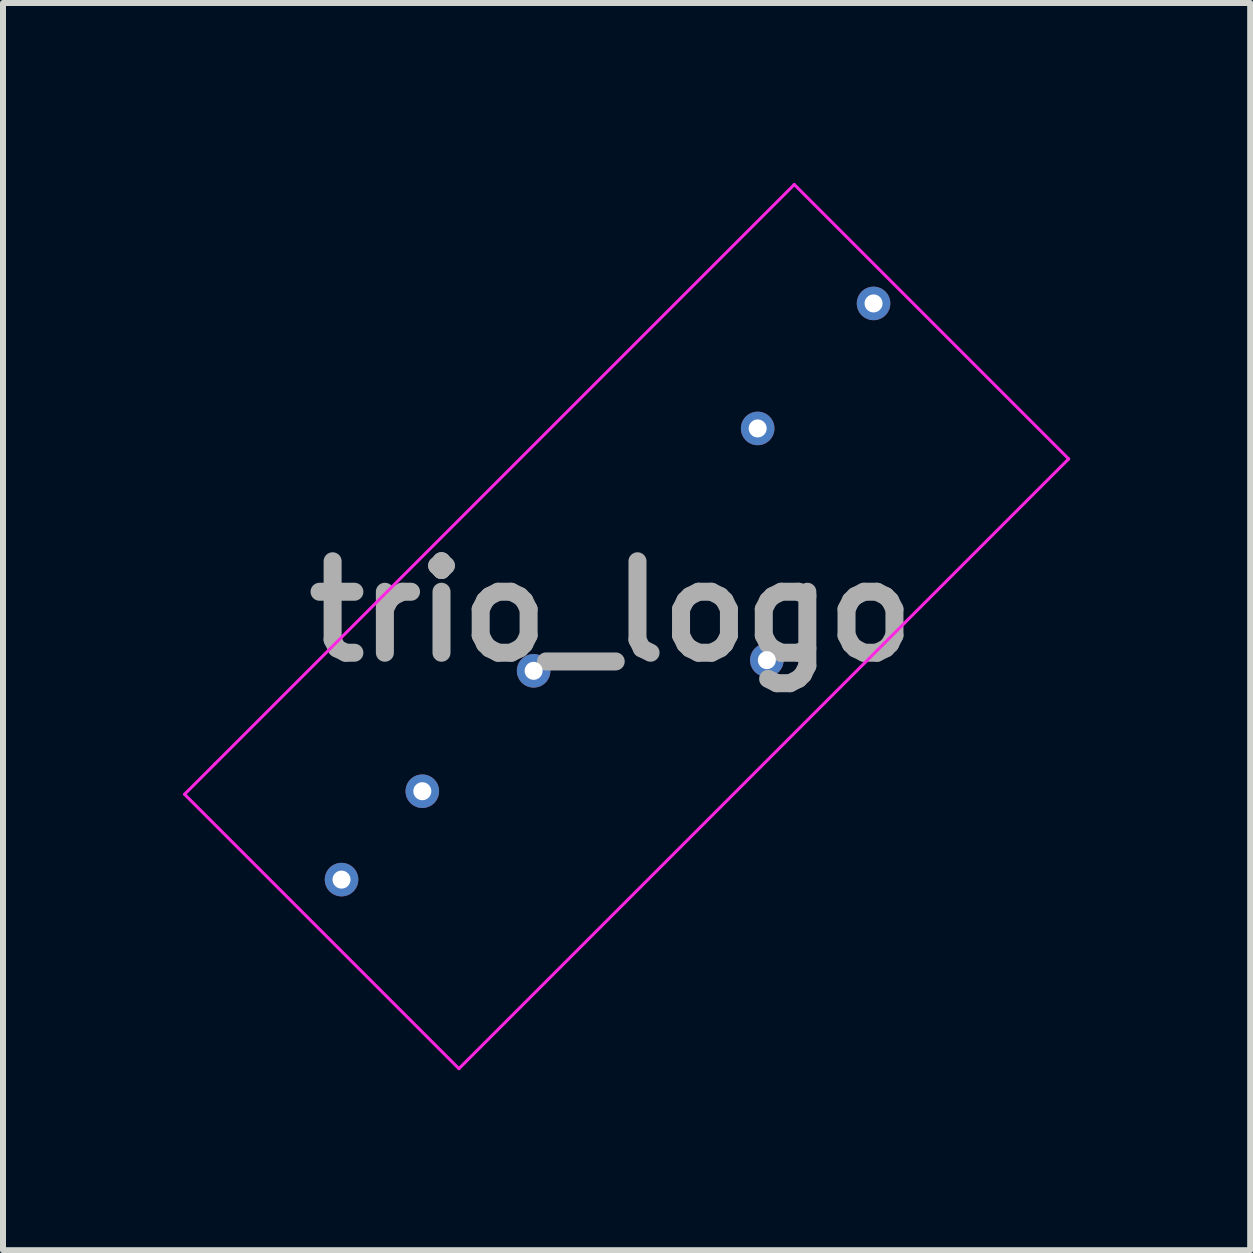
<source format=kicad_pcb>
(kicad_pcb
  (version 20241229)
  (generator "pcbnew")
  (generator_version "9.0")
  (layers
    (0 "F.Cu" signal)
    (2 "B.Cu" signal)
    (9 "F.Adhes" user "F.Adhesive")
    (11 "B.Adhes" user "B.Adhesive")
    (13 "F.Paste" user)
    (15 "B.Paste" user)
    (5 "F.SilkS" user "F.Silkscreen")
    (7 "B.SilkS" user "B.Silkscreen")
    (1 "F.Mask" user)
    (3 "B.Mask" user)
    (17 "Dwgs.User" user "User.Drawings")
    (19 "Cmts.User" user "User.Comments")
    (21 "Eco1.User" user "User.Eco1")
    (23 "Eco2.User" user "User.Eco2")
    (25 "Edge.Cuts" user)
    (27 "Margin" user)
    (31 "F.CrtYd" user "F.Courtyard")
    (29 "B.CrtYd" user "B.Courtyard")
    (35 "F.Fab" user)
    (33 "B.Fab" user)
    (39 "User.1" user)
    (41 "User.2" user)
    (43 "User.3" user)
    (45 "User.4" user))
  (footprint "trio_logo"
    (layer "F.Cu")
    (at 7.137 7.137)
    (property "Reference" "trio_logo" (at 0 0 0) (layer "F.Fab") (effects (font (size 1.524 1.524) (thickness 0.3))))
    (attr board_only exclude_from_pos_files exclude_from_bom)
    (fp_poly (pts (xy 2.546 -2.521) (xy 2.577 -2.502) (xy 2.618 -2.47) (xy 2.671 -2.425) (xy 2.739 -2.366) (xy 2.809 -2.302) (xy 2.909 -2.21) (xy 2.991 -2.135) (xy 3.054 -2.075) (xy 3.099 -2.031) (xy 3.126 -2.003) (xy 3.135 -1.991) (xy 3.135 -1.99) (xy 3.122 -1.986) (xy 3.088 -1.98) (xy 3.04 -1.971) (xy 2.981 -1.961) (xy 2.963 -1.959) (xy 2.902 -1.949) (xy 2.851 -1.94) (xy 2.813 -1.933) (xy 2.794 -1.929) (xy 2.793 -1.928) (xy 2.795 -1.916) (xy 2.804 -1.883) (xy 2.818 -1.832) (xy 2.837 -1.766) (xy 2.86 -1.687) (xy 2.886 -1.6) (xy 2.897 -1.561) (xy 3.006 -1.197) (xy 3.137 -1.067) (xy 3.179 -1.026) (xy 3.236 -0.971) (xy 3.305 -0.906) (xy 3.38 -0.834) (xy 3.461 -0.758) (xy 3.541 -0.683) (xy 3.572 -0.654) (xy 3.644 -0.586) (xy 3.71 -0.524) (xy 3.768 -0.468) (xy 3.816 -0.422) (xy 3.851 -0.387) (xy 3.871 -0.366) (xy 3.876 -0.36) (xy 3.868 -0.349) (xy 3.844 -0.321) (xy 3.808 -0.28) (xy 3.76 -0.226) (xy 3.702 -0.163) (xy 3.637 -0.091) (xy 3.566 -0.013) (xy 3.546 0.008) (xy 3.433 0.131) (xy 3.335 0.237) (xy 3.252 0.328) (xy 3.183 0.405) (xy 3.126 0.469) (xy 3.079 0.522) (xy 3.042 0.566) (xy 3.014 0.6) (xy 2.993 0.628) (xy 2.982 0.645) (xy 2.965 0.672) (xy 2.955 0.698) (xy 2.95 0.731) (xy 2.947 0.778) (xy 2.947 0.809) (xy 2.944 0.871) (xy 2.939 0.915) (xy 2.929 0.95) (xy 2.917 0.976) (xy 2.868 1.048) (xy 2.803 1.109) (xy 2.75 1.143) (xy 2.695 1.162) (xy 2.627 1.173) (xy 2.558 1.175) (xy 2.496 1.167) (xy 2.477 1.161) (xy 2.396 1.119) (xy 2.327 1.059) (xy 2.274 0.987) (xy 2.243 0.912) (xy 2.233 0.833) (xy 2.234 0.826) (xy 2.42 0.826) (xy 2.431 0.884) (xy 2.453 0.927) (xy 2.497 0.97) (xy 2.551 0.994) (xy 2.609 1) (xy 2.665 0.985) (xy 2.689 0.971) (xy 2.738 0.922) (xy 2.766 0.867) (xy 2.774 0.811) (xy 2.763 0.757) (xy 2.735 0.71) (xy 2.69 0.673) (xy 2.629 0.652) (xy 2.606 0.648) (xy 2.545 0.654) (xy 2.494 0.679) (xy 2.454 0.719) (xy 2.429 0.769) (xy 2.42 0.826) (xy 2.234 0.826) (xy 2.241 0.75) (xy 2.266 0.67) (xy 2.305 0.6) (xy 2.356 0.546) (xy 2.408 0.508) (xy 2.454 0.484) (xy 2.502 0.47) (xy 2.562 0.464) (xy 2.598 0.463) (xy 2.65 0.462) (xy 2.693 0.461) (xy 2.721 0.46) (xy 2.726 0.46) (xy 2.742 0.451) (xy 2.771 0.429) (xy 2.807 0.398) (xy 2.824 0.381) (xy 2.853 0.352) (xy 2.893 0.31) (xy 2.943 0.257) (xy 2.999 0.196) (xy 3.06 0.128) (xy 3.123 0.058) (xy 3.187 -0.015) (xy 3.25 -0.085) (xy 3.308 -0.152) (xy 3.361 -0.213) (xy 3.406 -0.266) (xy 3.44 -0.307) (xy 3.463 -0.335) (xy 3.47 -0.348) (xy 3.47 -0.348) (xy 3.461 -0.358) (xy 3.436 -0.385) (xy 3.398 -0.425) (xy 3.348 -0.476) (xy 3.288 -0.538) (xy 3.221 -0.606) (xy 3.147 -0.68) (xy 3.142 -0.686) (xy 3.044 -0.785) (xy 2.963 -0.868) (xy 2.897 -0.937) (xy 2.845 -0.994) (xy 2.805 -1.039) (xy 2.776 -1.075) (xy 2.756 -1.102) (xy 2.745 -1.123) (xy 2.741 -1.139) (xy 2.741 -1.142) (xy 2.737 -1.16) (xy 2.727 -1.197) (xy 2.712 -1.251) (xy 2.693 -1.316) (xy 2.67 -1.39) (xy 2.646 -1.469) (xy 2.621 -1.549) (xy 2.597 -1.626) (xy 2.575 -1.696) (xy 2.555 -1.756) (xy 2.54 -1.798) (xy 2.524 -1.841) (xy 2.512 -1.865) (xy 2.498 -1.877) (xy 2.476 -1.881) (xy 2.462 -1.882) (xy 2.424 -1.881) (xy 2.374 -1.873) (xy 2.326 -1.862) (xy 2.27 -1.848) (xy 2.233 -1.845) (xy 2.217 -1.849) (xy 2.2 -1.869) (xy 2.196 -1.895) (xy 2.206 -1.915) (xy 2.208 -1.916) (xy 2.219 -1.934) (xy 2.22 -1.942) (xy 2.225 -1.957) (xy 2.239 -1.991) (xy 2.26 -2.04) (xy 2.287 -2.099) (xy 2.317 -2.166) (xy 2.349 -2.235) (xy 2.381 -2.305) (xy 2.412 -2.369) (xy 2.439 -2.425) (xy 2.461 -2.47) (xy 2.475 -2.498) (xy 2.478 -2.502) (xy 2.491 -2.519) (xy 2.505 -2.528) (xy 2.522 -2.53)) (stroke (width 0) (type solid)) (fill yes) (layer "F.Mask"))
    (fp_poly (pts (xy 4.457 -5.463) (xy 4.537 -5.431) (xy 4.606 -5.383) (xy 4.661 -5.32) (xy 4.7 -5.247) (xy 4.721 -5.166) (xy 4.723 -5.081) (xy 4.702 -4.994) (xy 4.684 -4.954) (xy 4.644 -4.89) (xy 4.594 -4.841) (xy 4.527 -4.798) (xy 4.517 -4.794) (xy 4.479 -4.776) (xy 4.444 -4.767) (xy 4.403 -4.763) (xy 4.353 -4.764) (xy 4.292 -4.763) (xy 4.253 -4.758) (xy 4.234 -4.749) (xy 4.221 -4.736) (xy 4.193 -4.706) (xy 4.152 -4.663) (xy 4.1 -4.606) (xy 4.038 -4.54) (xy 3.969 -4.465) (xy 3.894 -4.383) (xy 3.816 -4.298) (xy 3.735 -4.209) (xy 3.654 -4.121) (xy 3.575 -4.034) (xy 3.499 -3.95) (xy 3.428 -3.872) (xy 3.365 -3.802) (xy 3.31 -3.741) (xy 3.281 -3.709) (xy 3.176 -3.591) (xy 3.087 -3.489) (xy 3.012 -3.401) (xy 2.951 -3.327) (xy 2.901 -3.264) (xy 2.863 -3.21) (xy 2.834 -3.164) (xy 2.813 -3.125) (xy 2.8 -3.089) (xy 2.793 -3.057) (xy 2.79 -3.026) (xy 2.79 -3.021) (xy 2.778 -2.942) (xy 2.745 -2.867) (xy 2.693 -2.799) (xy 2.626 -2.743) (xy 2.575 -2.715) (xy 2.542 -2.703) (xy 2.51 -2.695) (xy 2.471 -2.692) (xy 2.418 -2.692) (xy 2.389 -2.693) (xy 2.265 -2.698) (xy 0.655 -0.957) (xy -0.954 0.783) (xy -0.945 0.841) (xy -0.937 0.926) (xy -0.937 1.007) (xy -0.946 1.078) (xy -0.962 1.132) (xy -0.965 1.138) (xy -1.014 1.209) (xy -1.079 1.27) (xy -1.132 1.304) (xy -1.187 1.323) (xy -1.254 1.334) (xy -1.324 1.336) (xy -1.386 1.328) (xy -1.405 1.322) (xy -1.486 1.28) (xy -1.556 1.22) (xy -1.61 1.148) (xy -1.637 1.087) (xy -1.647 1.029) (xy -1.647 1) (xy -1.472 1) (xy -1.455 1.063) (xy -1.42 1.113) (xy -1.372 1.147) (xy -1.315 1.163) (xy -1.254 1.158) (xy -1.22 1.146) (xy -1.169 1.109) (xy -1.135 1.061) (xy -1.121 1.005) (xy -1.125 0.947) (xy -1.147 0.891) (xy -1.19 0.844) (xy -1.203 0.834) (xy -1.257 0.81) (xy -1.314 0.807) (xy -1.368 0.823) (xy -1.415 0.855) (xy -1.451 0.899) (xy -1.47 0.953) (xy -1.472 1) (xy -1.647 1) (xy -1.647 0.961) (xy -1.637 0.891) (xy -1.619 0.832) (xy -1.614 0.822) (xy -1.561 0.743) (xy -1.491 0.682) (xy -1.409 0.642) (xy -1.316 0.623) (xy -1.315 0.623) (xy -1.268 0.617) (xy -1.226 0.607) (xy -1.203 0.598) (xy -1.183 0.585) (xy -1.16 0.567) (xy -1.132 0.544) (xy -1.099 0.514) (xy -1.061 0.478) (xy -1.016 0.435) (xy -0.964 0.383) (xy -0.904 0.322) (xy -0.835 0.251) (xy -0.758 0.17) (xy -0.67 0.078) (xy -0.572 -0.026) (xy -0.462 -0.143) (xy -0.34 -0.273) (xy -0.206 -0.418) (xy -0.058 -0.577) (xy 0.105 -0.752) (xy 0.282 -0.943) (xy 0.474 -1.152) (xy 0.607 -1.296) (xy 0.701 -1.397) (xy 0.79 -1.493) (xy 0.872 -1.582) (xy 0.947 -1.663) (xy 1.012 -1.733) (xy 1.067 -1.791) (xy 1.11 -1.837) (xy 1.139 -1.867) (xy 1.153 -1.882) (xy 1.154 -1.883) (xy 1.167 -1.894) (xy 1.193 -1.921) (xy 1.233 -1.963) (xy 1.282 -2.017) (xy 1.34 -2.082) (xy 1.405 -2.154) (xy 1.474 -2.231) (xy 1.546 -2.313) (xy 1.619 -2.395) (xy 1.691 -2.477) (xy 1.76 -2.556) (xy 1.824 -2.63) (xy 1.881 -2.696) (xy 1.929 -2.753) (xy 1.966 -2.798) (xy 1.99 -2.828) (xy 2.029 -2.879) (xy 2.053 -2.92) (xy 2.068 -2.956) (xy 2.075 -2.995) (xy 2.078 -3.044) (xy 2.078 -3.045) (xy 2.082 -3.078) (xy 2.263 -3.078) (xy 2.264 -3.016) (xy 2.268 -3.002) (xy 2.297 -2.945) (xy 2.343 -2.904) (xy 2.401 -2.881) (xy 2.435 -2.877) (xy 2.499 -2.886) (xy 2.537 -2.902) (xy 2.579 -2.942) (xy 2.607 -2.995) (xy 2.617 -3.051) (xy 2.606 -3.112) (xy 2.577 -3.162) (xy 2.533 -3.2) (xy 2.481 -3.222) (xy 2.424 -3.226) (xy 2.367 -3.211) (xy 2.329 -3.187) (xy 2.284 -3.136) (xy 2.263 -3.078) (xy 2.082 -3.078) (xy 2.09 -3.143) (xy 2.123 -3.228) (xy 2.176 -3.297) (xy 2.248 -3.352) (xy 2.337 -3.389) (xy 2.4 -3.404) (xy 2.449 -3.415) (xy 2.493 -3.427) (xy 2.522 -3.439) (xy 2.523 -3.44) (xy 2.559 -3.467) (xy 2.61 -3.512) (xy 2.676 -3.575) (xy 2.759 -3.656) (xy 2.858 -3.755) (xy 2.972 -3.873) (xy 3.103 -4.008) (xy 3.249 -4.162) (xy 3.412 -4.335) (xy 3.591 -4.526) (xy 3.768 -4.716) (xy 4.019 -4.985) (xy 4.011 -5.07) (xy 4.012 -5.142) (xy 4.194 -5.142) (xy 4.199 -5.085) (xy 4.222 -5.034) (xy 4.259 -4.993) (xy 4.306 -4.964) (xy 4.361 -4.951) (xy 4.419 -4.958) (xy 4.453 -4.971) (xy 4.505 -5.011) (xy 4.538 -5.062) (xy 4.551 -5.118) (xy 4.544 -5.175) (xy 4.519 -5.228) (xy 4.473 -5.273) (xy 4.452 -5.286) (xy 4.395 -5.304) (xy 4.335 -5.301) (xy 4.28 -5.278) (xy 4.234 -5.238) (xy 4.211 -5.201) (xy 4.194 -5.142) (xy 4.012 -5.142) (xy 4.013 -5.168) (xy 4.035 -5.256) (xy 4.077 -5.332) (xy 4.136 -5.395) (xy 4.209 -5.441) (xy 4.295 -5.467) (xy 4.366 -5.474)) (stroke (width 0) (type solid)) (fill yes) (layer "F.Mask"))
    (fp_poly (pts (xy -3.438 0.783) (xy -3.409 0.805) (xy -3.37 0.837) (xy -3.325 0.877) (xy -3.323 0.879) (xy -3.241 0.951) (xy -3.165 1.011) (xy -3.097 1.057) (xy -3.041 1.087) (xy -3.006 1.099) (xy -2.962 1.1) (xy -2.926 1.089) (xy -2.905 1.069) (xy -2.902 1.055) (xy -2.894 1.013) (xy -2.872 0.978) (xy -2.842 0.959) (xy -2.81 0.955) (xy -2.756 0.954) (xy -2.684 0.956) (xy -2.598 0.96) (xy -2.5 0.966) (xy -2.395 0.974) (xy -2.285 0.984) (xy -2.173 0.995) (xy -2.064 1.007) (xy -1.978 1.018) (xy -1.914 1.027) (xy -1.87 1.034) (xy -1.844 1.041) (xy -1.829 1.05) (xy -1.824 1.061) (xy -1.823 1.072) (xy -1.826 1.084) (xy -1.837 1.097) (xy -1.86 1.113) (xy -1.896 1.133) (xy -1.95 1.16) (xy -2.006 1.188) (xy -2.121 1.242) (xy -2.234 1.295) (xy -2.343 1.344) (xy -2.446 1.389) (xy -2.54 1.428) (xy -2.622 1.462) (xy -2.69 1.487) (xy -2.741 1.505) (xy -2.774 1.513) (xy -2.779 1.513) (xy -2.802 1.508) (xy -2.82 1.489) (xy -2.835 1.453) (xy -2.846 1.409) (xy -2.854 1.373) (xy -2.962 1.383) (xy -3.051 1.391) (xy -3.121 1.391) (xy -3.178 1.384) (xy -3.228 1.368) (xy -3.276 1.34) (xy -3.328 1.299) (xy -3.372 1.259) (xy -3.411 1.225) (xy -3.444 1.197) (xy -3.465 1.181) (xy -3.471 1.178) (xy -3.482 1.187) (xy -3.507 1.212) (xy -3.544 1.25) (xy -3.591 1.3) (xy -3.646 1.358) (xy -3.707 1.422) (xy -3.77 1.49) (xy -3.834 1.56) (xy -3.898 1.629) (xy -3.957 1.694) (xy -4.011 1.753) (xy -4.057 1.804) (xy -4.092 1.845) (xy -4.115 1.872) (xy -4.124 1.884) (xy -4.124 1.884) (xy -4.115 1.894) (xy -4.09 1.919) (xy -4.052 1.957) (xy -4.002 2.004) (xy -3.944 2.059) (xy -3.879 2.12) (xy -3.811 2.184) (xy -3.74 2.249) (xy -3.67 2.314) (xy -3.603 2.375) (xy -3.542 2.43) (xy -3.489 2.477) (xy -3.439 2.519) (xy -3.386 2.56) (xy -3.339 2.593) (xy -3.328 2.599) (xy -3.287 2.623) (xy -3.256 2.636) (xy -3.224 2.64) (xy -3.18 2.639) (xy -3.175 2.638) (xy -3.124 2.633) (xy -3.081 2.622) (xy -3.041 2.602) (xy -2.997 2.572) (xy -2.945 2.527) (xy -2.912 2.495) (xy -2.88 2.464) (xy -2.836 2.419) (xy -2.783 2.365) (xy -2.723 2.302) (xy -2.659 2.234) (xy -2.591 2.162) (xy -2.523 2.089) (xy -2.456 2.018) (xy -2.393 1.949) (xy -2.336 1.887) (xy -2.287 1.833) (xy -2.248 1.789) (xy -2.221 1.758) (xy -2.208 1.742) (xy -2.208 1.74) (xy -2.216 1.727) (xy -2.238 1.702) (xy -2.27 1.668) (xy -2.288 1.65) (xy -2.324 1.613) (xy -2.351 1.581) (xy -2.367 1.559) (xy -2.369 1.554) (xy -2.357 1.538) (xy -2.324 1.518) (xy -2.271 1.496) (xy -2.202 1.471) (xy -2.12 1.446) (xy -2.027 1.421) (xy -1.925 1.396) (xy -1.831 1.376) (xy -1.747 1.361) (xy -1.684 1.353) (xy -1.64 1.353) (xy -1.614 1.361) (xy -1.603 1.373) (xy -1.603 1.393) (xy -1.606 1.432) (xy -1.614 1.483) (xy -1.623 1.533) (xy -1.635 1.588) (xy -1.65 1.654) (xy -1.666 1.728) (xy -1.684 1.805) (xy -1.702 1.882) (xy -1.72 1.955) (xy -1.736 2.02) (xy -1.749 2.073) (xy -1.759 2.111) (xy -1.765 2.128) (xy -1.765 2.129) (xy -1.776 2.123) (xy -1.8 2.103) (xy -1.835 2.073) (xy -1.87 2.041) (xy -1.911 2.003) (xy -1.947 1.972) (xy -1.972 1.953) (xy -1.982 1.947) (xy -1.993 1.956) (xy -2.018 1.982) (xy -2.056 2.022) (xy -2.104 2.074) (xy -2.161 2.137) (xy -2.225 2.208) (xy -2.294 2.285) (xy -2.367 2.366) (xy -2.44 2.449) (xy -2.513 2.532) (xy -2.583 2.612) (xy -2.633 2.671) (xy -2.676 2.724) (xy -2.717 2.779) (xy -2.75 2.83) (xy -2.768 2.861) (xy -2.788 2.906) (xy -2.799 2.941) (xy -2.8 2.972) (xy -2.797 2.995) (xy -2.783 3.045) (xy -2.752 3.104) (xy -2.704 3.172) (xy -2.637 3.253) (xy -2.633 3.259) (xy -2.615 3.276) (xy -2.582 3.308) (xy -2.535 3.354) (xy -2.475 3.411) (xy -2.404 3.478) (xy -2.324 3.554) (xy -2.237 3.636) (xy -2.143 3.724) (xy -2.045 3.816) (xy -1.944 3.91) (xy -1.842 4.005) (xy -1.741 4.099) (xy -1.642 4.191) (xy -1.547 4.279) (xy -1.458 4.362) (xy -1.376 4.437) (xy -1.303 4.505) (xy -1.24 4.562) (xy -1.19 4.607) (xy -1.153 4.64) (xy -1.132 4.658) (xy -1.128 4.661) (xy -1.119 4.652) (xy -1.095 4.626) (xy -1.055 4.585) (xy -1.002 4.528) (xy -0.936 4.458) (xy -0.859 4.376) (xy -0.771 4.282) (xy -0.674 4.178) (xy -0.569 4.064) (xy -0.456 3.943) (xy -0.337 3.815) (xy -0.213 3.682) (xy -0.085 3.544) (xy 0.047 3.402) (xy 0.18 3.259) (xy 0.314 3.114) (xy 0.448 2.969) (xy 0.581 2.826) (xy 0.712 2.685) (xy 0.839 2.548) (xy 0.962 2.415) (xy 1.079 2.288) (xy 1.19 2.167) (xy 1.293 2.055) (xy 1.388 1.953) (xy 1.473 1.86) (xy 1.548 1.779) (xy 1.61 1.711) (xy 1.66 1.657) (xy 1.695 1.617) (xy 1.716 1.594) (xy 1.721 1.587) (xy 1.714 1.576) (xy 1.693 1.551) (xy 1.66 1.519) (xy 1.638 1.497) (xy 1.6 1.461) (xy 1.571 1.431) (xy 1.553 1.41) (xy 1.55 1.404) (xy 1.56 1.393) (xy 1.59 1.376) (xy 1.64 1.355) (xy 1.713 1.327) (xy 1.808 1.294) (xy 1.885 1.269) (xy 1.983 1.238) (xy 2.06 1.216) (xy 2.12 1.204) (xy 2.166 1.2) (xy 2.199 1.204) (xy 2.223 1.216) (xy 2.235 1.228) (xy 2.249 1.249) (xy 2.255 1.274) (xy 2.256 1.31) (xy 2.253 1.339) (xy 2.249 1.37) (xy 2.24 1.42) (xy 2.228 1.485) (xy 2.213 1.558) (xy 2.196 1.637) (xy 2.18 1.715) (xy 2.163 1.788) (xy 2.148 1.852) (xy 2.136 1.901) (xy 2.127 1.932) (xy 2.127 1.933) (xy 2.115 1.933) (xy 2.088 1.915) (xy 2.045 1.879) (xy 2.026 1.862) (xy 1.987 1.825) (xy 1.953 1.796) (xy 1.93 1.778) (xy 1.923 1.774) (xy 1.914 1.782) (xy 1.888 1.809) (xy 1.848 1.851) (xy 1.793 1.91) (xy 1.725 1.982) (xy 1.645 2.069) (xy 1.552 2.168) (xy 1.449 2.279) (xy 1.336 2.401) (xy 1.214 2.533) (xy 1.083 2.674) (xy 0.945 2.823) (xy 0.8 2.98) (xy 0.649 3.143) (xy 0.493 3.311) (xy 0.408 3.404) (xy 0.25 3.575) (xy 0.097 3.741) (xy -0.052 3.901) (xy -0.194 4.054) (xy -0.329 4.2) (xy -0.456 4.337) (xy -0.574 4.464) (xy -0.683 4.581) (xy -0.782 4.687) (xy -0.869 4.78) (xy -0.944 4.86) (xy -1.007 4.926) (xy -1.055 4.978) (xy -1.089 5.013) (xy -1.107 5.031) (xy -1.11 5.034) (xy -1.121 5.025) (xy -1.148 5.001) (xy -1.191 4.963) (xy -1.249 4.911) (xy -1.32 4.846) (xy -1.402 4.771) (xy -1.495 4.686) (xy -1.597 4.592) (xy -1.708 4.49) (xy -1.825 4.382) (xy -1.947 4.268) (xy -1.991 4.228) (xy -2.116 4.112) (xy -2.237 3.999) (xy -2.352 3.893) (xy -2.46 3.792) (xy -2.56 3.7) (xy -2.651 3.617) (xy -2.73 3.544) (xy -2.796 3.482) (xy -2.849 3.434) (xy -2.887 3.399) (xy -2.909 3.38) (xy -2.912 3.377) (xy -2.965 3.333) (xy -3.082 3.346) (xy -3.175 3.362) (xy -3.251 3.388) (xy -3.316 3.428) (xy -3.377 3.484) (xy -3.379 3.486) (xy -3.424 3.54) (xy -3.463 3.601) (xy -3.497 3.673) (xy -3.527 3.759) (xy -3.555 3.863) (xy -3.578 3.966) (xy -3.592 4.026) (xy -3.604 4.076) (xy -3.614 4.112) (xy -3.621 4.129) (xy -3.622 4.13) (xy -3.635 4.122) (xy -3.661 4.101) (xy -3.696 4.069) (xy -3.724 4.043) (xy -3.818 3.956) (xy -3.891 4.034) (xy -3.932 4.078) (xy -3.983 4.131) (xy -4.034 4.186) (xy -4.058 4.212) (xy -4.152 4.312) (xy -4.146 4.419) (xy -4.145 4.504) (xy -4.157 4.573) (xy -4.184 4.633) (xy -4.227 4.691) (xy -4.234 4.699) (xy -4.304 4.757) (xy -4.383 4.795) (xy -4.467 4.813) (xy -4.553 4.81) (xy -4.636 4.786) (xy -4.713 4.741) (xy -4.753 4.705) (xy -4.806 4.632) (xy -4.839 4.55) (xy -4.851 4.464) (xy -4.849 4.444) (xy -4.672 4.444) (xy -4.668 4.501) (xy -4.644 4.556) (xy -4.64 4.562) (xy -4.595 4.605) (xy -4.539 4.629) (xy -4.478 4.634) (xy -4.419 4.618) (xy -4.393 4.603) (xy -4.349 4.558) (xy -4.325 4.504) (xy -4.32 4.447) (xy -4.334 4.39) (xy -4.366 4.34) (xy -4.415 4.301) (xy -4.423 4.298) (xy -4.482 4.281) (xy -4.538 4.286) (xy -4.588 4.308) (xy -4.629 4.344) (xy -4.658 4.391) (xy -4.672 4.444) (xy -4.849 4.444) (xy -4.842 4.378) (xy -4.812 4.296) (xy -4.762 4.222) (xy -4.742 4.202) (xy -4.675 4.15) (xy -4.602 4.119) (xy -4.518 4.106) (xy -4.483 4.106) (xy -4.39 4.109) (xy -4.226 3.932) (xy -4.175 3.877) (xy -4.13 3.828) (xy -4.094 3.787) (xy -4.069 3.759) (xy -4.058 3.746) (xy -4.058 3.745) (xy -4.065 3.734) (xy -4.087 3.71) (xy -4.121 3.677) (xy -4.148 3.652) (xy -4.187 3.616) (xy -4.218 3.586) (xy -4.237 3.565) (xy -4.242 3.559) (xy -4.23 3.553) (xy -4.2 3.541) (xy -4.154 3.526) (xy -4.097 3.508) (xy -4.083 3.504) (xy -3.939 3.457) (xy -3.817 3.405) (xy -3.718 3.349) (xy -3.64 3.288) (xy -3.582 3.221) (xy -3.552 3.169) (xy -3.528 3.092) (xy -3.523 3.018) (xy -3.33 3.018) (xy -3.325 3.038) (xy -3.296 3.095) (xy -3.25 3.136) (xy -3.192 3.159) (xy -3.158 3.163) (xy -3.094 3.154) (xy -3.057 3.138) (xy -3.013 3.097) (xy -2.987 3.045) (xy -2.978 2.988) (xy -2.987 2.93) (xy -3.014 2.879) (xy -3.057 2.84) (xy -3.111 2.82) (xy -3.158 2.815) (xy -3.22 2.826) (xy -3.271 2.857) (xy -3.309 2.902) (xy -3.33 2.957) (xy -3.33 3.018) (xy -3.523 3.018) (xy -3.522 3.012) (xy -3.537 2.935) (xy -3.549 2.905) (xy -3.564 2.879) (xy -3.59 2.845) (xy -3.627 2.803) (xy -3.675 2.751) (xy -3.737 2.688) (xy -3.813 2.614) (xy -3.904 2.527) (xy -4.011 2.426) (xy -4.136 2.31) (xy -4.18 2.27) (xy -4.258 2.197) (xy -4.33 2.13) (xy -4.395 2.07) (xy -4.449 2.018) (xy -4.491 1.977) (xy -4.52 1.949) (xy -4.533 1.936) (xy -4.533 1.935) (xy -4.525 1.923) (xy -4.501 1.896) (xy -4.464 1.854) (xy -4.415 1.8) (xy -4.357 1.735) (xy -4.289 1.662) (xy -4.216 1.582) (xy -4.137 1.497) (xy -4.055 1.409) (xy -3.973 1.32) (xy -3.89 1.232) (xy -3.81 1.146) (xy -3.733 1.065) (xy -3.662 0.99) (xy -3.599 0.923) (xy -3.545 0.867) (xy -3.502 0.822) (xy -3.471 0.791) (xy -3.455 0.776) (xy -3.453 0.775)) (stroke (width 0) (type solid)) (fill yes) (layer "F.Mask"))
    (fp_line (start -7.112 3.048) (end -6.604 2.54) (stroke (width 0.05) (type default)) (layer "F.CrtYd"))
    (fp_line (start -6.604 2.54) (end 3.048 -7.112) (stroke (width 0.05) (type default)) (layer "F.CrtYd"))
    (fp_line (start -2.54 7.62) (end -7.112 3.048) (stroke (width 0.05) (type default)) (layer "F.CrtYd"))
    (fp_line (start 3.048 -7.112) (end 7.62 -2.54) (stroke (width 0.05) (type default)) (layer "F.CrtYd"))
    (fp_line (start 7.62 -2.54) (end -2.54 7.62) (stroke (width 0.05) (type default)) (layer "F.CrtYd"))
    (pad "1" thru_hole circle (at -4.496 4.47) (size 0.559 0.559) (drill 0.3) (layers "*.Cu" "*.Mask"))
    (pad "1" thru_hole circle (at -3.15 2.997) (size 0.559 0.559) (drill 0.3) (layers "*.Cu" "*.Mask"))
    (pad "1" thru_hole circle (at -1.295 0.991) (size 0.559 0.559) (drill 0.3) (layers "*.Cu" "*.Mask"))
    (pad "1" thru_hole circle (at 2.438 -3.048) (size 0.559 0.559) (drill 0.3) (layers "*.Cu" "*.Mask"))
    (pad "1" thru_hole circle (at 2.591 0.813) (size 0.559 0.559) (drill 0.3) (layers "*.Cu" "*.Mask"))
    (pad "1" thru_hole circle (at 4.369 -5.131) (size 0.559 0.559) (drill 0.3) (layers "*.Cu" "*.Mask")))
  (gr_rect
    (start -3 -3)
    (end 17.782 17.782)
    (stroke (width 0.1) (type default))
    (fill no)
    (layer "Edge.Cuts")))
</source>
